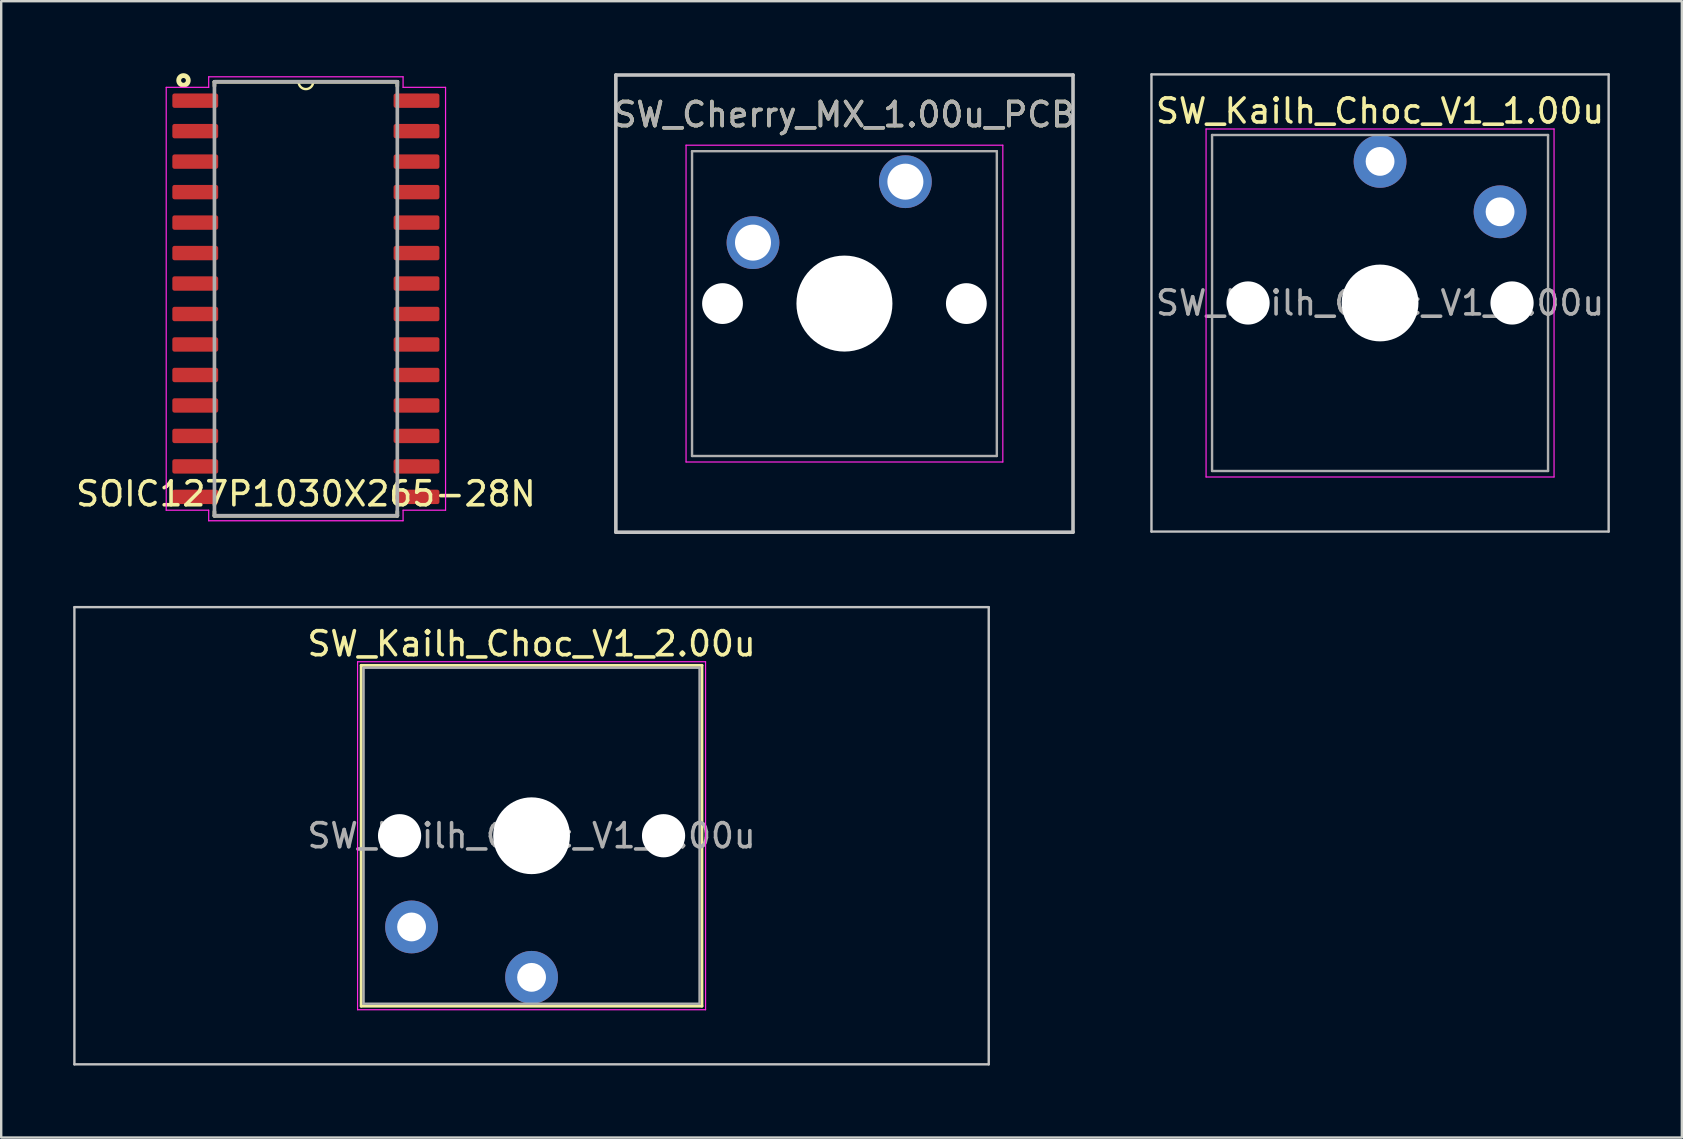
<source format=kicad_pcb>
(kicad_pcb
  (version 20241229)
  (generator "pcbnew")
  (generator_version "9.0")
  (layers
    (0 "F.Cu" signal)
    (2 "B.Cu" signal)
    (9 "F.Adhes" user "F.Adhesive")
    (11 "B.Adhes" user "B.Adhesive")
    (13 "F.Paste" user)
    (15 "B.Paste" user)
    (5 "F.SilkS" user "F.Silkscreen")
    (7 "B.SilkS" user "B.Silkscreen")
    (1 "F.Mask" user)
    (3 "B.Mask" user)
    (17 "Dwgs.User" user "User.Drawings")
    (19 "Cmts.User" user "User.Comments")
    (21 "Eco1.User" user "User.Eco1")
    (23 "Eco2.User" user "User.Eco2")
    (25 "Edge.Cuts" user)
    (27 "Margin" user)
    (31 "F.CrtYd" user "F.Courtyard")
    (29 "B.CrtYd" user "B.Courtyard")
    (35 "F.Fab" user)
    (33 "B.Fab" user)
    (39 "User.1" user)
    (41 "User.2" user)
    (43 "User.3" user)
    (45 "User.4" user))
  (footprint "SW_Kailh_Choc_V1_1.00u"
    (layer "F.Cu")
    (at 54.456 9.575)
    (property "Reference" "SW_Kailh_Choc_V1_1.00u" (at 0 -8 0) (layer "F.SilkS") (effects (font (size 1 1) (thickness 0.15))))
    (attr through_hole)
    (fp_line (start -9.525 -9.525) (end -9.525 9.525) (stroke (width 0.1) (type solid)) (layer "Dwgs.User"))
    (fp_line (start -9.525 9.525) (end 9.525 9.525) (stroke (width 0.1) (type solid)) (layer "Dwgs.User"))
    (fp_line (start 9.525 -9.525) (end -9.525 -9.525) (stroke (width 0.1) (type solid)) (layer "Dwgs.User"))
    (fp_line (start 9.525 9.525) (end 9.525 -9.525) (stroke (width 0.1) (type solid)) (layer "Dwgs.User"))
    (fp_line (start -7.25 -7.25) (end -7.25 7.25) (stroke (width 0.05) (type solid)) (layer "F.CrtYd"))
    (fp_line (start -7.25 7.25) (end 7.25 7.25) (stroke (width 0.05) (type solid)) (layer "F.CrtYd"))
    (fp_line (start 7.25 -7.25) (end -7.25 -7.25) (stroke (width 0.05) (type solid)) (layer "F.CrtYd"))
    (fp_line (start 7.25 7.25) (end 7.25 -7.25) (stroke (width 0.05) (type solid)) (layer "F.CrtYd"))
    (fp_line (start -7 -7) (end -7 7) (stroke (width 0.1) (type solid)) (layer "F.Fab"))
    (fp_line (start -7 7) (end 7 7) (stroke (width 0.1) (type solid)) (layer "F.Fab"))
    (fp_line (start 7 -7) (end -7 -7) (stroke (width 0.1) (type solid)) (layer "F.Fab"))
    (fp_line (start 7 7) (end 7 -7) (stroke (width 0.1) (type solid)) (layer "F.Fab"))
    (fp_text user "${REFERENCE}" (at 0 0 0) (layer "F.Fab") (effects (font (size 1 1) (thickness 0.15))))
    (pad "" np_thru_hole circle (at -5.5 0) (size 1.8 1.8) (drill 1.8) (layers "*.Cu" "*.Mask"))
    (pad "" np_thru_hole circle (at 0 0) (size 3.2 3.2) (drill 3.2) (layers "*.Cu" "*.Mask"))
    (pad "" np_thru_hole circle (at 5.5 0) (size 1.8 1.8) (drill 1.8) (layers "*.Cu" "*.Mask"))
    (pad "1" thru_hole circle (at 0 -5.9) (size 2.2 2.2) (drill 1.2) (layers "*.Cu" "B.Mask"))
    (pad "2" thru_hole circle (at 5 -3.8) (size 2.2 2.2) (drill 1.2) (layers "*.Cu" "B.Mask")))
  (footprint "SW_Cherry_MX_1.00u_PCB"
    (layer "F.Cu")
    (at 34.677 4.52)
    (property "Reference" "SW_Cherry_MX_1.00u_PCB" (at -2.54 -2.794 0) (layer "F.SilkS") (effects (font (size 1 1) (thickness 0.15))))
    (attr through_hole)
    (fp_line (start -12.065 -4.445) (end 6.985 -4.445) (stroke (width 0.15) (type solid)) (layer "Dwgs.User"))
    (fp_line (start -12.065 14.605) (end -12.065 -4.445) (stroke (width 0.15) (type solid)) (layer "Dwgs.User"))
    (fp_line (start 6.985 -4.445) (end 6.985 14.605) (stroke (width 0.15) (type solid)) (layer "Dwgs.User"))
    (fp_line (start 6.985 14.605) (end -12.065 14.605) (stroke (width 0.15) (type solid)) (layer "Dwgs.User"))
    (fp_line (start -9.14 -1.52) (end 4.06 -1.52) (stroke (width 0.05) (type solid)) (layer "F.CrtYd"))
    (fp_line (start -9.14 11.68) (end -9.14 -1.52) (stroke (width 0.05) (type solid)) (layer "F.CrtYd"))
    (fp_line (start 4.06 -1.52) (end 4.06 11.68) (stroke (width 0.05) (type solid)) (layer "F.CrtYd"))
    (fp_line (start 4.06 11.68) (end -9.14 11.68) (stroke (width 0.05) (type solid)) (layer "F.CrtYd"))
    (fp_line (start -8.89 -1.27) (end 3.81 -1.27) (stroke (width 0.1) (type solid)) (layer "F.Fab"))
    (fp_line (start -8.89 11.43) (end -8.89 -1.27) (stroke (width 0.1) (type solid)) (layer "F.Fab"))
    (fp_line (start 3.81 -1.27) (end 3.81 11.43) (stroke (width 0.1) (type solid)) (layer "F.Fab"))
    (fp_line (start 3.81 11.43) (end -8.89 11.43) (stroke (width 0.1) (type solid)) (layer "F.Fab"))
    (fp_text user "${REFERENCE}" (at -2.54 -2.794 0) (layer "F.Fab") (effects (font (size 1 1) (thickness 0.15))))
    (pad "" np_thru_hole circle (at -7.62 5.08) (size 1.7 1.7) (drill 1.7) (layers "*.Cu" "*.Mask"))
    (pad "" np_thru_hole circle (at -2.54 5.08) (size 4 4) (drill 4) (layers "*.Cu" "*.Mask"))
    (pad "" np_thru_hole circle (at 2.54 5.08) (size 1.7 1.7) (drill 1.7) (layers "*.Cu" "*.Mask"))
    (pad "1" thru_hole circle (at 0 0) (size 2.2 2.2) (drill 1.5) (layers "*.Cu" "*.Mask"))
    (pad "2" thru_hole circle (at -6.35 2.54) (size 2.2 2.2) (drill 1.5) (layers "*.Cu" "*.Mask")))
  (footprint "SOIC127P1030X265-28N"
    (layer "F.Cu")
    (at 9.696 9.4)
    (property "Reference" "SOIC127P1030X265-28N" (at 0 8.128 0) (layer "F.SilkS") (effects (font (size 1 1) (thickness 0.15))))
    (attr through_hole)
    (fp_line (start -3.81 -9.042) (end -3.81 -8.865) (stroke (width 0.152) (type solid)) (layer "F.SilkS"))
    (fp_line (start -3.81 8.865) (end -3.81 9.042) (stroke (width 0.152) (type solid)) (layer "F.SilkS"))
    (fp_line (start -3.81 9.042) (end 3.81 9.042) (stroke (width 0.152) (type solid)) (layer "F.SilkS"))
    (fp_line (start -0.305 -9.042) (end -3.81 -9.042) (stroke (width 0.152) (type solid)) (layer "F.SilkS"))
    (fp_line (start 0.305 -9.042) (end -0.305 -9.042) (stroke (width 0.152) (type solid)) (layer "F.SilkS"))
    (fp_line (start 3.81 -9.042) (end 0.305 -9.042) (stroke (width 0.152) (type solid)) (layer "F.SilkS"))
    (fp_line (start 3.81 -8.865) (end 3.81 -9.042) (stroke (width 0.152) (type solid)) (layer "F.SilkS"))
    (fp_line (start 3.81 9.042) (end 3.81 8.865) (stroke (width 0.152) (type solid)) (layer "F.SilkS"))
    (fp_arc (start 0.3048 -9.0424) (mid 0 -8.7376) (end -0.3048 -9.0424) (stroke (width 0.1) (type solid)) (layer "F.SilkS"))
    (fp_circle (center -5.1 -9.1) (end -4.9 -9.1) (stroke (width 0.2) (type solid)) (fill no) (layer "F.SilkS"))
    (fp_line (start -5.82 -8.81) (end -4.05 -8.81) (stroke (width 0.05) (type solid)) (layer "F.CrtYd"))
    (fp_line (start -5.82 8.81) (end -5.82 -8.81) (stroke (width 0.05) (type solid)) (layer "F.CrtYd"))
    (fp_line (start -4.05 -9.25) (end 4.05 -9.25) (stroke (width 0.05) (type solid)) (layer "F.CrtYd"))
    (fp_line (start -4.05 -8.81) (end -4.05 -9.25) (stroke (width 0.05) (type solid)) (layer "F.CrtYd"))
    (fp_line (start -4.05 8.81) (end -5.82 8.81) (stroke (width 0.05) (type solid)) (layer "F.CrtYd"))
    (fp_line (start -4.05 9.25) (end -4.05 8.81) (stroke (width 0.05) (type solid)) (layer "F.CrtYd"))
    (fp_line (start 4.05 -9.25) (end 4.05 -8.81) (stroke (width 0.05) (type solid)) (layer "F.CrtYd"))
    (fp_line (start 4.05 -8.81) (end 5.82 -8.81) (stroke (width 0.05) (type solid)) (layer "F.CrtYd"))
    (fp_line (start 4.05 8.81) (end 4.05 9.25) (stroke (width 0.05) (type solid)) (layer "F.CrtYd"))
    (fp_line (start 4.05 9.25) (end -4.05 9.25) (stroke (width 0.05) (type solid)) (layer "F.CrtYd"))
    (fp_line (start 5.82 -8.81) (end 5.82 8.81) (stroke (width 0.05) (type solid)) (layer "F.CrtYd"))
    (fp_line (start 5.82 8.81) (end 4.05 8.81) (stroke (width 0.05) (type solid)) (layer "F.CrtYd"))
    (fp_line (start -3.81 -9.042) (end -3.81 9.042) (stroke (width 0.152) (type solid)) (layer "F.Fab"))
    (fp_line (start -3.81 9.042) (end 3.81 9.042) (stroke (width 0.152) (type solid)) (layer "F.Fab"))
    (fp_line (start 3.81 -9.042) (end -3.81 -9.042) (stroke (width 0.152) (type solid)) (layer "F.Fab"))
    (fp_line (start 3.81 9.042) (end 3.81 -9.042) (stroke (width 0.152) (type solid)) (layer "F.Fab"))
    (pad "1" smd roundrect (at -4.61 -8.255) (size 1.91 0.6) (layers "F.Cu" "F.Mask" "F.Paste") (roundrect_rratio 0.15))
    (pad "2" smd roundrect (at -4.61 -6.985) (size 1.91 0.6) (layers "F.Cu" "F.Mask" "F.Paste") (roundrect_rratio 0.15))
    (pad "3" smd roundrect (at -4.61 -5.715) (size 1.91 0.6) (layers "F.Cu" "F.Mask" "F.Paste") (roundrect_rratio 0.15))
    (pad "4" smd roundrect (at -4.61 -4.445) (size 1.91 0.6) (layers "F.Cu" "F.Mask" "F.Paste") (roundrect_rratio 0.15))
    (pad "5" smd roundrect (at -4.61 -3.175) (size 1.91 0.6) (layers "F.Cu" "F.Mask" "F.Paste") (roundrect_rratio 0.15))
    (pad "6" smd roundrect (at -4.61 -1.905) (size 1.91 0.6) (layers "F.Cu" "F.Mask" "F.Paste") (roundrect_rratio 0.15))
    (pad "7" smd roundrect (at -4.61 -0.635) (size 1.91 0.6) (layers "F.Cu" "F.Mask" "F.Paste") (roundrect_rratio 0.15))
    (pad "8" smd roundrect (at -4.61 0.635) (size 1.91 0.6) (layers "F.Cu" "F.Mask" "F.Paste") (roundrect_rratio 0.15))
    (pad "9" smd roundrect (at -4.61 1.905) (size 1.91 0.6) (layers "F.Cu" "F.Mask" "F.Paste") (roundrect_rratio 0.15))
    (pad "10" smd roundrect (at -4.61 3.175) (size 1.91 0.6) (layers "F.Cu" "F.Mask" "F.Paste") (roundrect_rratio 0.15))
    (pad "11" smd roundrect (at -4.61 4.445) (size 1.91 0.6) (layers "F.Cu" "F.Mask" "F.Paste") (roundrect_rratio 0.15))
    (pad "12" smd roundrect (at -4.61 5.715) (size 1.91 0.6) (layers "F.Cu" "F.Mask" "F.Paste") (roundrect_rratio 0.15))
    (pad "13" smd roundrect (at -4.61 6.985) (size 1.91 0.6) (layers "F.Cu" "F.Mask" "F.Paste") (roundrect_rratio 0.15))
    (pad "14" smd roundrect (at -4.61 8.255) (size 1.91 0.6) (layers "F.Cu" "F.Mask" "F.Paste") (roundrect_rratio 0.15))
    (pad "15" smd roundrect (at 4.61 8.255) (size 1.91 0.6) (layers "F.Cu" "F.Mask" "F.Paste") (roundrect_rratio 0.15))
    (pad "16" smd roundrect (at 4.61 6.985) (size 1.91 0.6) (layers "F.Cu" "F.Mask" "F.Paste") (roundrect_rratio 0.15))
    (pad "17" smd roundrect (at 4.61 5.715) (size 1.91 0.6) (layers "F.Cu" "F.Mask" "F.Paste") (roundrect_rratio 0.15))
    (pad "18" smd roundrect (at 4.61 4.445) (size 1.91 0.6) (layers "F.Cu" "F.Mask" "F.Paste") (roundrect_rratio 0.15))
    (pad "19" smd roundrect (at 4.61 3.175) (size 1.91 0.6) (layers "F.Cu" "F.Mask" "F.Paste") (roundrect_rratio 0.15))
    (pad "20" smd roundrect (at 4.61 1.905) (size 1.91 0.6) (layers "F.Cu" "F.Mask" "F.Paste") (roundrect_rratio 0.15))
    (pad "21" smd roundrect (at 4.61 0.635) (size 1.91 0.6) (layers "F.Cu" "F.Mask" "F.Paste") (roundrect_rratio 0.15))
    (pad "22" smd roundrect (at 4.61 -0.635) (size 1.91 0.6) (layers "F.Cu" "F.Mask" "F.Paste") (roundrect_rratio 0.15))
    (pad "23" smd roundrect (at 4.61 -1.905) (size 1.91 0.6) (layers "F.Cu" "F.Mask" "F.Paste") (roundrect_rratio 0.15))
    (pad "24" smd roundrect (at 4.61 -3.175) (size 1.91 0.6) (layers "F.Cu" "F.Mask" "F.Paste") (roundrect_rratio 0.15))
    (pad "25" smd roundrect (at 4.61 -4.445) (size 1.91 0.6) (layers "F.Cu" "F.Mask" "F.Paste") (roundrect_rratio 0.15))
    (pad "26" smd roundrect (at 4.61 -5.715) (size 1.91 0.6) (layers "F.Cu" "F.Mask" "F.Paste") (roundrect_rratio 0.15))
    (pad "27" smd roundrect (at 4.61 -6.985) (size 1.91 0.6) (layers "F.Cu" "F.Mask" "F.Paste") (roundrect_rratio 0.15))
    (pad "28" smd roundrect (at 4.61 -8.255) (size 1.91 0.6) (layers "F.Cu" "F.Mask" "F.Paste") (roundrect_rratio 0.15)))
  (footprint "SW_Kailh_Choc_V1_2.00u"
    (layer "F.Cu")
    (at 19.1 31.775)
    (property "Reference" "SW_Kailh_Choc_V1_2.00u" (at 0 -8 0) (layer "F.SilkS") (effects (font (size 1 1) (thickness 0.15))))
    (attr through_hole)
    (fp_line (start -7.1 -7.1) (end -7.1 7.1) (stroke (width 0.12) (type solid)) (layer "F.SilkS"))
    (fp_line (start -7.1 7.1) (end 7.1 7.1) (stroke (width 0.12) (type solid)) (layer "F.SilkS"))
    (fp_line (start 7.1 -7.1) (end -7.1 -7.1) (stroke (width 0.12) (type solid)) (layer "F.SilkS"))
    (fp_line (start 7.1 7.1) (end 7.1 -7.1) (stroke (width 0.12) (type solid)) (layer "F.SilkS"))
    (fp_line (start -19.05 -9.525) (end -19.05 9.525) (stroke (width 0.1) (type solid)) (layer "Dwgs.User"))
    (fp_line (start -19.05 9.525) (end 19.05 9.525) (stroke (width 0.1) (type solid)) (layer "Dwgs.User"))
    (fp_line (start 19.05 -9.525) (end -19.05 -9.525) (stroke (width 0.1) (type solid)) (layer "Dwgs.User"))
    (fp_line (start 19.05 9.525) (end 19.05 -9.525) (stroke (width 0.1) (type solid)) (layer "Dwgs.User"))
    (fp_line (start -7.25 -7.25) (end -7.25 7.25) (stroke (width 0.05) (type solid)) (layer "F.CrtYd"))
    (fp_line (start -7.25 7.25) (end 7.25 7.25) (stroke (width 0.05) (type solid)) (layer "F.CrtYd"))
    (fp_line (start 7.25 -7.25) (end -7.25 -7.25) (stroke (width 0.05) (type solid)) (layer "F.CrtYd"))
    (fp_line (start 7.25 7.25) (end 7.25 -7.25) (stroke (width 0.05) (type solid)) (layer "F.CrtYd"))
    (fp_line (start -7 -7) (end -7 7) (stroke (width 0.1) (type solid)) (layer "F.Fab"))
    (fp_line (start -7 7) (end 7 7) (stroke (width 0.1) (type solid)) (layer "F.Fab"))
    (fp_line (start 7 -7) (end -7 -7) (stroke (width 0.1) (type solid)) (layer "F.Fab"))
    (fp_line (start 7 7) (end 7 -7) (stroke (width 0.1) (type solid)) (layer "F.Fab"))
    (fp_text user "${REFERENCE}" (at 0 0 0) (layer "F.Fab") (effects (font (size 1 1) (thickness 0.15))))
    (pad "" np_thru_hole circle (at -5.5 0) (size 1.8 1.8) (drill 1.8) (layers "*.Cu" "*.Mask"))
    (pad "" np_thru_hole circle (at 0 0) (size 3.2 3.2) (drill 3.2) (layers "*.Cu" "*.Mask"))
    (pad "" np_thru_hole circle (at 5.5 0) (size 1.8 1.8) (drill 1.8) (layers "*.Cu" "*.Mask"))
    (pad "1" thru_hole circle (at 0 5.9 180) (size 2.2 2.2) (drill 1.2) (layers "*.Cu" "B.Mask"))
    (pad "2" thru_hole circle (at -5 3.8 180) (size 2.2 2.2) (drill 1.2) (layers "*.Cu" "B.Mask")))
  (gr_rect
    (start -3 -3)
    (end 67.031 44.35)
    (stroke (width 0.1) (type default))
    (fill no)
    (layer "Edge.Cuts")))
</source>
